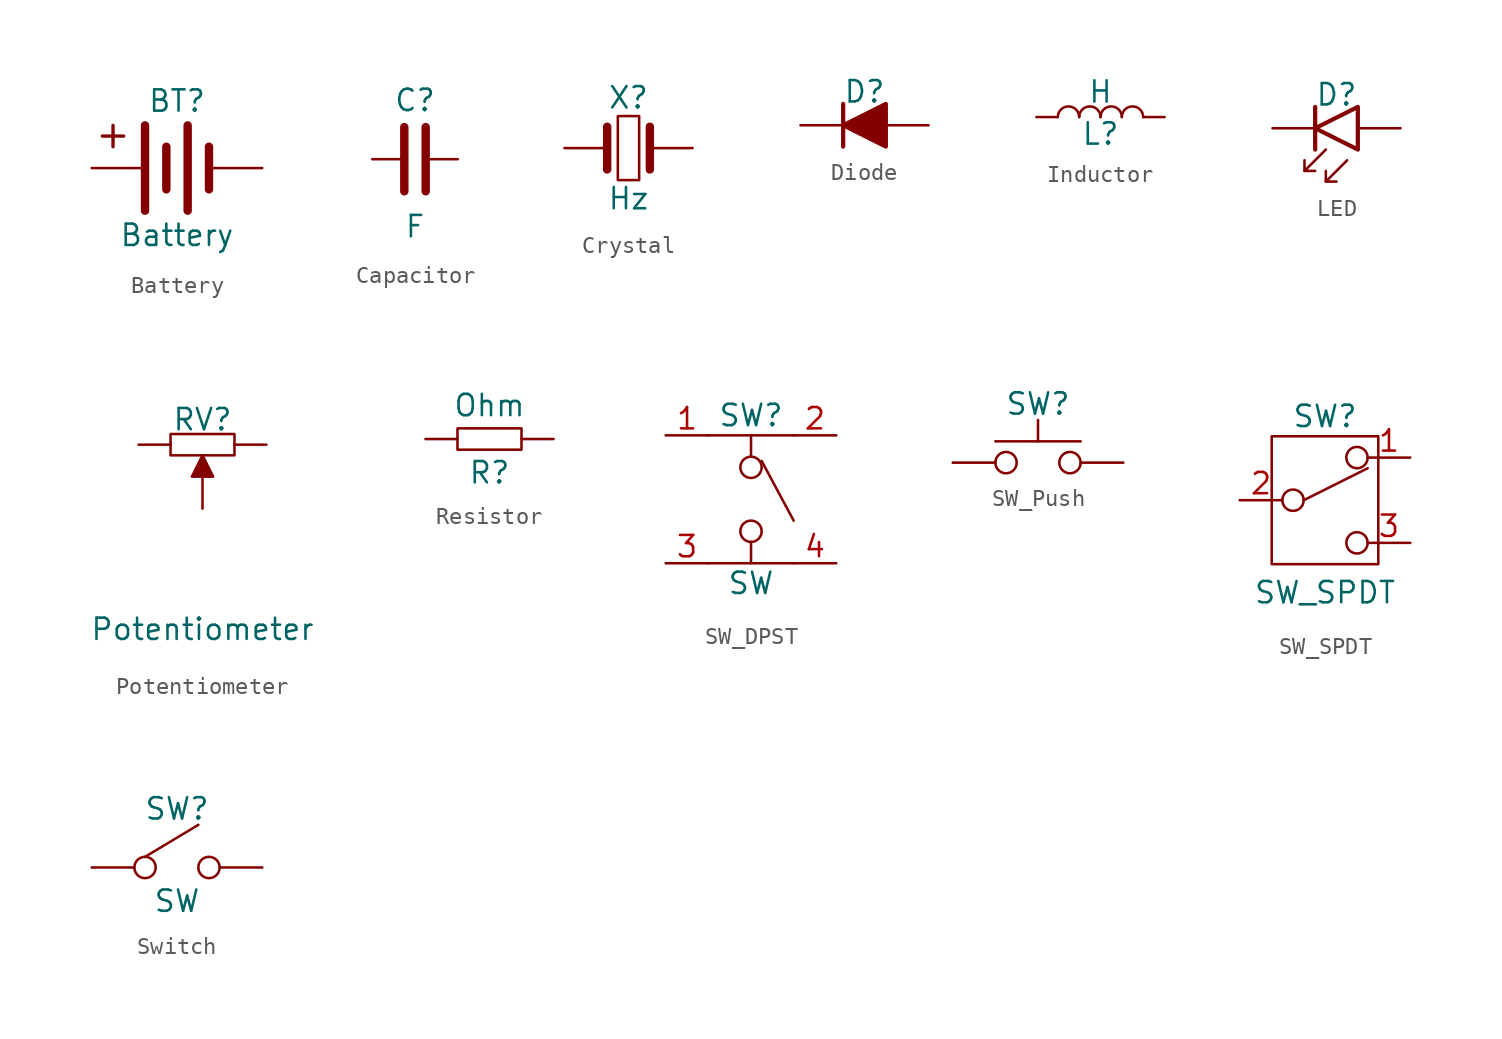
<source format=kicad_sym>
(kicad_symbol_lib
  (version 20241209)
  (generator "kicad_symbol_editor")
  (generator_version "9.0")
  (symbol "Battery"
    (pin_numbers
      (hide yes))
    (pin_names
      (hide yes))
    (property "Reference" "BT"
      (at 0 4 0)
      (effects (font (size 1.27 1.27))))
    (property "Value" "Battery"
      (at 0 -4 0)
      (effects (font (size 1.27 1.27))))
    (symbol "Battery_1_1"
      (polyline (pts (xy -3.81 1.27) (xy -3.81 2.54)) (stroke (width 0.2) (type solid)) (fill (type none)))
      (polyline (pts (xy -3.175 1.905) (xy -4.445 1.905)) (stroke (width 0.2) (type solid)) (fill (type none)))
      (polyline (pts (xy -1.905 2.54) (xy -1.905 -2.54)) (stroke (width 0.5) (type solid)) (fill (type none)))
      (polyline (pts (xy -0.635 1.27) (xy -0.635 -1.27)) (stroke (width 0.5) (type solid)) (fill (type none)))
      (polyline (pts (xy 0.635 2.54) (xy 0.635 -2.54)) (stroke (width 0.5) (type solid)) (fill (type none)))
      (polyline (pts (xy 1.905 1.27) (xy 1.905 -1.27)) (stroke (width 0.5) (type solid)) (fill (type none)))
      (pin passive line (at -5.08 0 0) (length 3.1) (name "+" (effects (font (size 1.27 1.27)))) (number "1" (effects (font (size 1.27 1.27)))))
      (pin passive line (at 5.08 0 180) (length 3.1) (name "-" (effects (font (size 1.27 1.27)))) (number "2" (effects (font (size 1.27 1.27)))))))
  (symbol "Capacitor"
    (pin_numbers
      (hide yes))
    (property "Reference" "C"
      (at 0 3.5 0)
      (effects (font (size 1.27 1.27))))
    (property "Value" "F"
      (at 0 -4 0)
      (effects (font (size 1.27 1.27))))
    (symbol "Capacitor_1_1"
      (polyline (pts (xy -0.635 1.905) (xy -0.635 -1.905)) (stroke (width 0.5) (type solid)) (fill (type none)))
      (polyline (pts (xy 0.635 1.905) (xy 0.635 -1.905)) (stroke (width 0.5) (type solid)) (fill (type none)))
      (pin passive line (at -2.54 0 0) (length 1.9) (name "~" (effects (font (size 1.27 1.27)))) (number "1" (effects (font (size 1.27 1.27)))))
      (pin passive line (at 2.54 0 180) (length 1.9) (name "~" (effects (font (size 1.27 1.27)))) (number "2" (effects (font (size 1.27 1.27)))))))
  (symbol "Crystal"
    (pin_numbers
      (hide yes))
    (property "Reference" "X"
      (at 0 3 0)
      (effects (font (size 1.27 1.27))))
    (property "Value" "Hz"
      (at 0 -3 0)
      (effects (font (size 1.27 1.27))))
    (symbol "Crystal_0_1"
      (rectangle (start -0.635 1.905) (end 0.635 -1.905) (stroke (width 0) (type default)) (fill (type none))))
    (symbol "Crystal_1_0"
      (pin passive line (at -3.81 0 0) (length 2.54) (name "~" (effects (font (size 1.27 1.27)))) (number "1" (effects (font (size 1.27 1.27)))))
      (pin passive line (at 3.81 0 180) (length 2.54) (name "~" (effects (font (size 1.27 1.27)))) (number "2" (effects (font (size 1.27 1.27))))))
    (symbol "Crystal_1_1"
      (polyline (pts (xy -1.27 -1.27) (xy -1.27 1.27)) (stroke (width 0.5) (type solid)) (fill (type none)))
      (polyline (pts (xy 1.27 1.27) (xy 1.27 -1.27)) (stroke (width 0.5) (type solid)) (fill (type none)))))
  (symbol "Diode"
    (pin_numbers
      (hide yes))
    (pin_names
      (hide yes))
    (property "Reference" "D"
      (at 0 2 0)
      (effects (font (size 1.27 1.27))))
    (symbol "Diode_1_1"
      (polyline (pts (xy -1.27 1.27) (xy -1.27 -1.27)) (stroke (width 0.25) (type solid)) (fill (type none)))
      (polyline (pts (xy -1.27 0) (xy 1.27 1.27) (xy 1.27 -1.27) (xy -1.27 0)) (stroke (width 0.25) (type solid)) (fill (type outline)))
      (pin passive line (at -3.81 0 0) (length 2.54) (name "K" (effects (font (size 1.27 1.27)))) (number "1" (effects (font (size 1.27 1.27)))))
      (pin passive line (at 3.81 0 180) (length 2.54) (name "A" (effects (font (size 1.27 1.27)))) (number "2" (effects (font (size 1.27 1.27)))))))
  (symbol "Inductor"
    (pin_numbers
      (hide yes))
    (property "Reference" "L"
      (at 0 -1 0)
      (effects (font (size 1.27 1.27))))
    (property "Value" "H"
      (at 0 1.5 0)
      (effects (font (size 1.27 1.27))))
    (symbol "Inductor_0_1"
      (arc (start -2.54 0) (mid -1.905 0.635) (end -1.27 0) (stroke (width 0) (type default)) (fill (type none)))
      (arc (start -1.27 0) (mid -0.635 0.635) (end 0 0) (stroke (width 0) (type default)) (fill (type none)))
      (arc (start 0 0) (mid 0.635 0.635) (end 1.27 0) (stroke (width 0) (type default)) (fill (type none)))
      (arc (start 1.27 0) (mid 1.905 0.635) (end 2.54 0) (stroke (width 0) (type default)) (fill (type none))))
    (symbol "Inductor_1_0"
      (pin passive line (at -3.81 0 0) (length 1.26) (name "~" (effects (font (size 1.27 1.27)))) (number "1" (effects (font (size 1.27 1.27)))))
      (pin passive line (at 3.81 0 180) (length 1.26) (name "~" (effects (font (size 1.27 1.27)))) (number "2" (effects (font (size 1.27 1.27)))))))
  (symbol "LED"
    (pin_numbers
      (hide yes))
    (pin_names
      (hide yes))
    (property "Reference" "D"
      (at 0 2 0)
      (effects (font (size 1.27 1.27))))
    (symbol "LED_1_1"
      (polyline (pts (xy -1.27 1.27) (xy -1.27 -1.27)) (stroke (width 0.25) (type solid)) (fill (type none)))
      (polyline (pts (xy -1.27 0) (xy 1.27 1.27) (xy 1.27 -1.27) (xy -1.27 0)) (stroke (width 0.25) (type solid)) (fill (type none)))
      (polyline (pts (xy -1.27 -2.54) (xy -1.905 -2.54) (xy -1.905 -1.905)) (stroke (width 0) (type default)) (fill (type none)))
      (polyline (pts (xy -0.635 -1.27) (xy -1.905 -2.54)) (stroke (width 0) (type default)) (fill (type none)))
      (polyline (pts (xy 0 -3.175) (xy -0.635 -3.175) (xy -0.635 -2.54)) (stroke (width 0) (type default)) (fill (type none)))
      (polyline (pts (xy 0.635 -1.905) (xy -0.635 -3.175)) (stroke (width 0) (type default)) (fill (type none)))
      (pin passive line (at -3.81 0 0) (length 2.54) (name "K" (effects (font (size 1.27 1.27)))) (number "1" (effects (font (size 1.27 1.27)))))
      (pin passive line (at 3.81 0 180) (length 2.54) (name "A" (effects (font (size 1.27 1.27)))) (number "2" (effects (font (size 1.27 1.27)))))))
  (symbol "Potentiometer"
    (pin_numbers
      (hide yes))
    (pin_names
      (hide yes))
    (property "Reference" "RV"
      (at 0 1.5 0)
      (effects (font (size 1.27 1.27))))
    (property "Value" "Potentiometer"
      (at 0 -11 0)
      (effects (font (size 1.27 1.27))))
    (symbol "Potentiometer_0_1"
      (rectangle (start -1.905 0.635) (end 1.905 -0.635) (stroke (width 0) (type default)) (fill (type none))))
    (symbol "Potentiometer_1_0"
      (pin passive line (at 0 -3.81 90) (length 2.54) (name "~" (effects (font (size 1.27 1.27)))) (number "2" (effects (font (size 1.27 1.27))))))
    (symbol "Potentiometer_1_1"
      (polyline (pts (xy 0 -0.635) (xy -0.635 -1.905) (xy 0.635 -1.905) (xy 0 -0.635)) (stroke (width 0) (type solid)) (fill (type outline)))
      (pin passive line (at -3.81 0 0) (length 1.9) (name "~" (effects (font (size 1.27 1.27)))) (number "1" (effects (font (size 1.27 1.27)))))
      (pin passive line (at 3.81 0 180) (length 1.9) (name "~" (effects (font (size 1.27 1.27)))) (number "3" (effects (font (size 1.27 1.27)))))))
  (symbol "Resistor"
    (pin_numbers
      (hide yes))
    (property "Reference" "R"
      (at 0 -2 0)
      (effects (font (size 1.27 1.27))))
    (property "Value" "Ohm"
      (at 0 2 0)
      (effects (font (size 1.27 1.27))))
    (symbol "Resistor_0_1"
      (rectangle (start -1.905 0.635) (end 1.905 -0.635) (stroke (width 0) (type default)) (fill (type none))))
    (symbol "Resistor_1_1"
      (pin passive line (at -3.81 0 0) (length 1.9) (name "~" (effects (font (size 1.27 1.27)))) (number "1" (effects (font (size 1.27 1.27)))))
      (pin passive line (at 3.81 0 180) (length 1.9) (name "~" (effects (font (size 1.27 1.27)))) (number "2" (effects (font (size 1.27 1.27)))))))
  (symbol "SW_DPST"
    (pin_names
      (hide yes))
    (property "Reference" "SW"
      (at 0 5 0)
      (effects (font (size 1.27 1.27))))
    (property "Value" "SW"
      (at 0 -5 0)
      (effects (font (size 1.27 1.27))))
    (symbol "SW_DPST_0_1"
      (polyline (pts (xy -2.54 3.81) (xy 2.54 3.81)) (stroke (width 0) (type default)) (fill (type none)))
      (polyline (pts (xy -2.54 -3.81) (xy 2.54 -3.81)) (stroke (width 0) (type default)) (fill (type none)))
      (polyline (pts (xy 0 2.54) (xy 0 3.81)) (stroke (width 0) (type default)) (fill (type none)))
      (circle (center 0 1.905) (radius 0.635) (stroke (width 0) (type default)) (fill (type none)))
      (circle (center 0 -1.905) (radius 0.635) (stroke (width 0) (type default)) (fill (type none)))
      (polyline (pts (xy 0 -2.54) (xy 0 -3.81)) (stroke (width 0) (type default)) (fill (type none)))
      (polyline (pts (xy 0.635 2.286) (xy 2.54 -1.27)) (stroke (width 0) (type default)) (fill (type none))))
    (symbol "SW_DPST_1_0"
      (pin passive line (at -5.08 -3.81 0) (length 2.54) (name "~" (effects (font (size 1.27 1.27)))) (number "3" (effects (font (size 1.27 1.27)))))
      (pin passive line (at 5.08 -3.81 180) (length 2.54) (name "~" (effects (font (size 1.27 1.27)))) (number "4" (effects (font (size 1.27 1.27))))))
    (symbol "SW_DPST_1_1"
      (pin passive line (at -5.08 3.81 0) (length 2.54) (name "~" (effects (font (size 1.27 1.27)))) (number "1" (effects (font (size 1.27 1.27)))))
      (pin passive line (at 5.08 3.81 180) (length 2.54) (name "~" (effects (font (size 1.27 1.27)))) (number "2" (effects (font (size 1.27 1.27)))))))
  (symbol "SW_Push"
    (pin_numbers
      (hide yes))
    (property "Reference" "SW"
      (at 0 3.5 0)
      (effects (font (size 1.27 1.27))))
    (symbol "SW_Push_0_0"
      (pin passive line (at -5.08 0 0) (length 2.54) (name "~" (effects (font (size 1.27 1.27)))) (number "1" (effects (font (size 1.27 1.27)))))
      (pin passive line (at 5.08 0 180) (length 2.54) (name "~" (effects (font (size 1.27 1.27)))) (number "2" (effects (font (size 1.27 1.27))))))
    (symbol "SW_Push_0_1"
      (polyline (pts (xy -2.54 1.27) (xy 2.54 1.27)) (stroke (width 0) (type default)) (fill (type none)))
      (circle (center -1.905 0) (radius 0.635) (stroke (width 0) (type default)) (fill (type none)))
      (polyline (pts (xy 0 1.27) (xy 0 2.54)) (stroke (width 0) (type default)) (fill (type none)))
      (circle (center 1.905 0) (radius 0.635) (stroke (width 0) (type default)) (fill (type none)))))
  (symbol "SW_SPDT"
    (property "Reference" "SW"
      (at 0 5 0)
      (effects (font (size 1.27 1.27))))
    (property "Value" "SW_SPDT"
      (at 0 -5.5 0)
      (effects (font (size 1.27 1.27))))
    (symbol "SW_SPDT_0_1"
      (rectangle (start -3.175 3.81) (end 3.175 -3.81) (stroke (width 0) (type default)) (fill (type none)))
      (circle (center -1.905 0) (radius 0.635) (stroke (width 0) (type default)) (fill (type none)))
      (polyline (pts (xy -1.27 0) (xy 2.54 1.905)) (stroke (width 0) (type default)) (fill (type none)))
      (circle (center 1.905 2.54) (radius 0.635) (stroke (width 0) (type default)) (fill (type none)))
      (circle (center 1.905 -2.54) (radius 0.635) (stroke (width 0) (type default)) (fill (type none))))
    (symbol "SW_SPDT_1_1"
      (pin passive line (at -5.08 0 0) (length 2.54) (name "~" (effects (font (size 1.27 1.27)))) (number "2" (effects (font (size 1.27 1.27)))))
      (pin passive line (at 5.08 2.54 180) (length 2.54) (name "~" (effects (font (size 1.27 1.27)))) (number "1" (effects (font (size 1.27 1.27)))))
      (pin passive line (at 5.08 -2.54 180) (length 2.54) (name "~" (effects (font (size 1.27 1.27)))) (number "3" (effects (font (size 1.27 1.27)))))))
  (symbol "Switch"
    (pin_numbers
      (hide yes))
    (pin_names
      (hide yes))
    (property "Reference" "SW"
      (at 0 3.5 0)
      (effects (font (size 1.27 1.27))))
    (property "Value" "SW"
      (at 0 -2 0)
      (effects (font (size 1.27 1.27))))
    (symbol "Switch_0_1"
      (polyline (pts (xy -1.905 0.635) (xy 1.27 2.54)) (stroke (width 0) (type default)) (fill (type none)))
      (circle (center -1.905 0) (radius 0.635) (stroke (width 0) (type default)) (fill (type none)))
      (circle (center 1.905 0) (radius 0.635) (stroke (width 0) (type default)) (fill (type none))))
    (symbol "Switch_1_1"
      (pin passive line (at -5.08 0 0) (length 2.54) (name "~" (effects (font (size 1.27 1.27)))) (number "1" (effects (font (size 1.27 1.27)))))
      (pin passive line (at 5.08 0 180) (length 2.54) (name "~" (effects (font (size 1.27 1.27)))) (number "2" (effects (font (size 1.27 1.27))))))))
</source>
